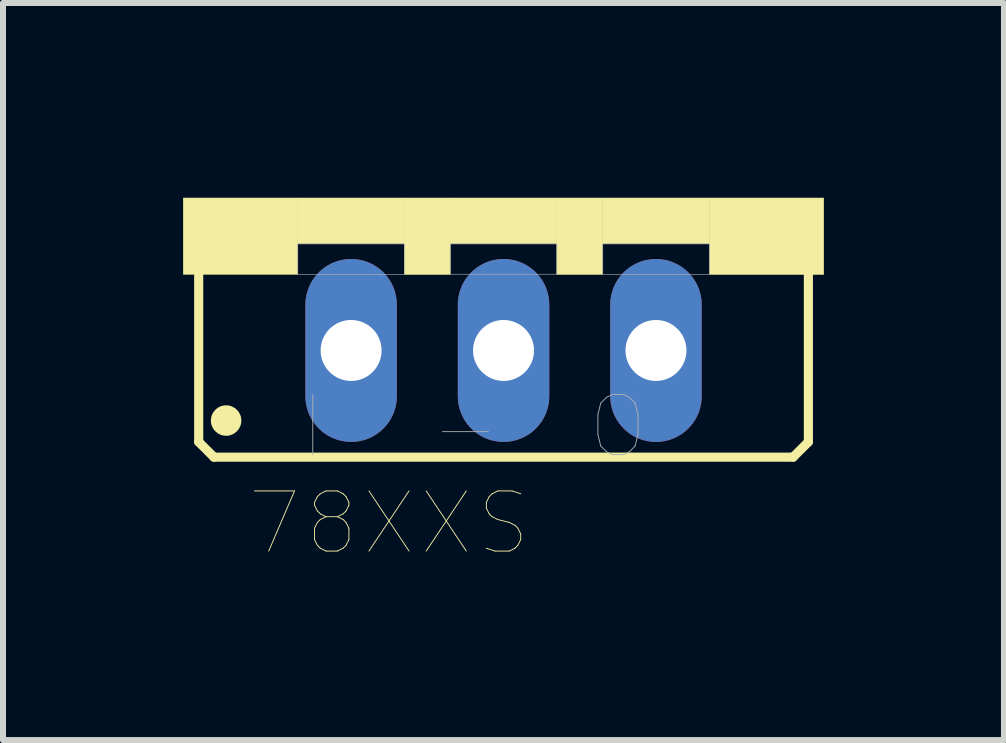
<source format=kicad_pcb>
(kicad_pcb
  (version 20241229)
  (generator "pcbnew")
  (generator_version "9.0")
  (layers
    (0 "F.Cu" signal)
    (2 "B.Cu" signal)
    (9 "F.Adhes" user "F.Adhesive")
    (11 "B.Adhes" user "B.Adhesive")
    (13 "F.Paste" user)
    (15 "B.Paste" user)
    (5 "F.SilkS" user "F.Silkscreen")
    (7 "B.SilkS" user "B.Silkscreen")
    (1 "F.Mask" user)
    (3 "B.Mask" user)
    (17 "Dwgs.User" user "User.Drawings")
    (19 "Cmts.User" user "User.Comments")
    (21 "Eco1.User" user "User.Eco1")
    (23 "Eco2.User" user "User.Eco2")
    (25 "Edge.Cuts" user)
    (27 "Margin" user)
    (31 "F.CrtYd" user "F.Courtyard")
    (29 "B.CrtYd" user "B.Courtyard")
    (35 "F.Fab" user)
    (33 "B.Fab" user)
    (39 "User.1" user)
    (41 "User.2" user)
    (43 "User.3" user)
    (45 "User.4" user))
  (footprint "78XXS"
    (layer "F.Cu")
    (at 5.341 0.25)
    (property "Reference" "78XXS" (at -1.909 5.42 0) (layer "F.SilkS") (effects (font (size 1.002 1.002) (thickness 0.015))))
    (attr through_hole)
    (fp_line (start -5.08 4.064) (end -5.08 1.143) (stroke (width 0.152) (type solid)) (layer "F.SilkS"))
    (fp_line (start -5.08 4.064) (end -4.826 4.318) (stroke (width 0.152) (type solid)) (layer "F.SilkS"))
    (fp_line (start 4.826 4.318) (end -4.826 4.318) (stroke (width 0.152) (type solid)) (layer "F.SilkS"))
    (fp_line (start 4.826 4.318) (end 5.08 4.064) (stroke (width 0.152) (type solid)) (layer "F.SilkS"))
    (fp_line (start 5.08 1.143) (end 5.08 4.064) (stroke (width 0.152) (type solid)) (layer "F.SilkS"))
    (fp_circle (center -4.623 3.708) (end -4.369 3.708) (stroke (width 0) (type solid)) (fill yes) (layer "F.SilkS"))
    (fp_poly (pts (xy -5.336 0) (xy -3.429 0) (xy -3.429 1.27) (xy -5.336 1.27)) (stroke (width 0.01) (type solid)) (fill yes) (layer "F.SilkS"))
    (fp_poly (pts (xy -3.434 0) (xy -1.651 0) (xy -1.651 0.763) (xy -3.434 0.763)) (stroke (width 0.01) (type solid)) (fill yes) (layer "F.SilkS"))
    (fp_poly (pts (xy -1.654 0) (xy -0.889 0) (xy -0.889 1.272) (xy -1.654 1.272)) (stroke (width 0.01) (type solid)) (fill yes) (layer "F.SilkS"))
    (fp_poly (pts (xy -0.891 0) (xy 0.889 0) (xy 0.889 0.763) (xy -0.891 0.763)) (stroke (width 0.01) (type solid)) (fill yes) (layer "F.SilkS"))
    (fp_poly (pts (xy 0.889 0) (xy 1.651 0) (xy 1.651 1.271) (xy 0.889 1.271)) (stroke (width 0.01) (type solid)) (fill yes) (layer "F.SilkS"))
    (fp_poly (pts (xy 1.654 0) (xy 3.429 0) (xy 3.429 0.763) (xy 1.654 0.763)) (stroke (width 0.01) (type solid)) (fill yes) (layer "F.SilkS"))
    (fp_poly (pts (xy 3.433 0) (xy 5.334 0) (xy 5.334 1.272) (xy 3.433 1.272)) (stroke (width 0.01) (type solid)) (fill yes) (layer "F.SilkS"))
    (fp_poly (pts (xy -3.436 0.762) (xy -1.651 0.762) (xy -1.651 1.273) (xy -3.436 1.273)) (stroke (width 0.01) (type solid)) (fill no) (layer "F.Fab"))
    (fp_poly (pts (xy -0.889 0.762) (xy 0.889 0.762) (xy 0.889 1.27) (xy -0.889 1.27)) (stroke (width 0.01) (type solid)) (fill no) (layer "F.Fab"))
    (fp_poly (pts (xy 1.653 0.762) (xy 3.429 0.762) (xy 3.429 1.271) (xy 1.653 1.271)) (stroke (width 0.01) (type solid)) (fill no) (layer "F.Fab"))
    (fp_text user "-" (at -0.635 3.812 0) (layer "F.Fab") (effects (font (size 1.001 1.001) (thickness 0.015))))
    (fp_text user "I" (at -3.179 3.815 0) (layer "F.Fab") (effects (font (size 1.001 1.001) (thickness 0.015))))
    (fp_text user "O" (at 1.906 3.813 0) (layer "F.Fab") (effects (font (size 1.001 1.001) (thickness 0.015))))
    (pad "GND" thru_hole oval (at 0 2.54) (size 1.524 3.048) (drill 1.016) (layers "*.Cu" "*.Mask"))
    (pad "IN" thru_hole oval (at -2.54 2.54) (size 1.524 3.048) (drill 1.016) (layers "*.Cu" "*.Mask"))
    (pad "OUT" thru_hole oval (at 2.54 2.54) (size 1.524 3.048) (drill 1.016) (layers "*.Cu" "*.Mask")))
  (gr_rect
    (start -3 -3)
    (end 13.68 9.283)
    (stroke (width 0.1) (type default))
    (fill no)
    (layer "Edge.Cuts")))
</source>
